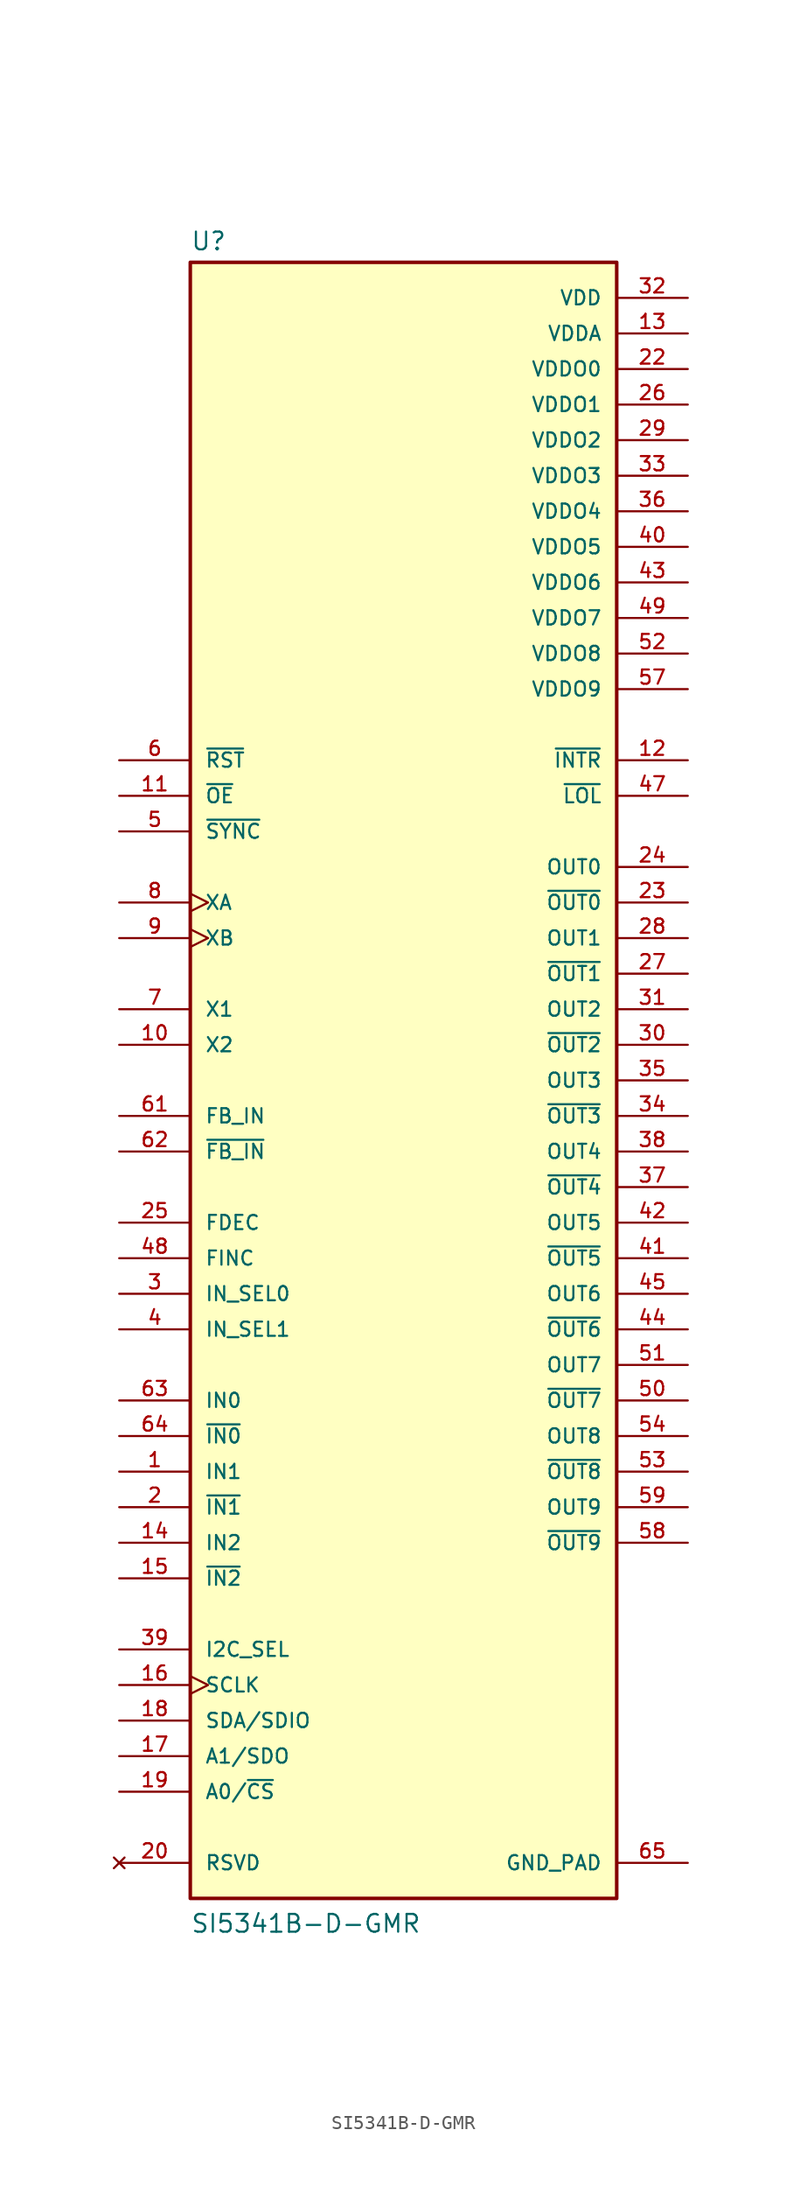
<source format=kicad_sym>
(kicad_symbol_lib
  (version 20211014)
  (generator kicad_symbol_editor)
  (symbol "SI5341B-D-GMR"
    (pin_names
      (offset 1.016))
    (property "Reference" "U"
      (at -15.24 59.182 0)
      (effects (font (size 1.27 1.27)) (justify bottom left)))
    (property "Value" "SI5341B-D-GMR"
      (at -15.24 -60.96 0)
      (effects (font (size 1.27 1.27)) (justify bottom left)))
    (symbol "SI5341B-D-GMR_0_0"
      (rectangle (start -15.24 -58.42) (end 15.24 58.42) (stroke (width 0.254)) (fill (type background)))
      (pin input clock (at -20.32 12.7 0) (length 5.08) (name "XA" (effects (font (size 1.016 1.016)))) (number "8" (effects (font (size 1.016 1.016)))))
      (pin input clock (at -20.32 10.16 0) (length 5.08) (name "XB" (effects (font (size 1.016 1.016)))) (number "9" (effects (font (size 1.016 1.016)))))
      (pin input line (at -20.32 2.54 0) (length 5.08) (name "X2" (effects (font (size 1.016 1.016)))) (number "10" (effects (font (size 1.016 1.016)))))
      (pin input line (at -20.32 5.08 0) (length 5.08) (name "X1" (effects (font (size 1.016 1.016)))) (number "7" (effects (font (size 1.016 1.016)))))
      (pin input line (at -20.32 -25.4 0) (length 5.08) (name "~{IN0}" (effects (font (size 1.016 1.016)))) (number "64" (effects (font (size 1.016 1.016)))))
      (pin input line (at -20.32 -22.86 0) (length 5.08) (name "IN0" (effects (font (size 1.016 1.016)))) (number "63" (effects (font (size 1.016 1.016)))))
      (pin input line (at -20.32 -27.94 0) (length 5.08) (name "IN1" (effects (font (size 1.016 1.016)))) (number "1" (effects (font (size 1.016 1.016)))))
      (pin input line (at -20.32 -30.48 0) (length 5.08) (name "~{IN1}" (effects (font (size 1.016 1.016)))) (number "2" (effects (font (size 1.016 1.016)))))
      (pin input line (at -20.32 -33.02 0) (length 5.08) (name "IN2" (effects (font (size 1.016 1.016)))) (number "14" (effects (font (size 1.016 1.016)))))
      (pin input line (at -20.32 -35.56 0) (length 5.08) (name "~{IN2}" (effects (font (size 1.016 1.016)))) (number "15" (effects (font (size 1.016 1.016)))))
      (pin input line (at -20.32 -2.54 0) (length 5.08) (name "FB_IN" (effects (font (size 1.016 1.016)))) (number "61" (effects (font (size 1.016 1.016)))))
      (pin input line (at -20.32 -5.08 0) (length 5.08) (name "~{FB_IN}" (effects (font (size 1.016 1.016)))) (number "62" (effects (font (size 1.016 1.016)))))
      (pin output line (at 20.32 12.7 180.0) (length 5.08) (name "~{OUT0}" (effects (font (size 1.016 1.016)))) (number "23" (effects (font (size 1.016 1.016)))))
      (pin output line (at 20.32 15.24 180.0) (length 5.08) (name "OUT0" (effects (font (size 1.016 1.016)))) (number "24" (effects (font (size 1.016 1.016)))))
      (pin output line (at 20.32 7.62 180.0) (length 5.08) (name "~{OUT1}" (effects (font (size 1.016 1.016)))) (number "27" (effects (font (size 1.016 1.016)))))
      (pin output line (at 20.32 10.16 180.0) (length 5.08) (name "OUT1" (effects (font (size 1.016 1.016)))) (number "28" (effects (font (size 1.016 1.016)))))
      (pin output line (at 20.32 5.08 180.0) (length 5.08) (name "OUT2" (effects (font (size 1.016 1.016)))) (number "31" (effects (font (size 1.016 1.016)))))
      (pin output line (at 20.32 2.54 180.0) (length 5.08) (name "~{OUT2}" (effects (font (size 1.016 1.016)))) (number "30" (effects (font (size 1.016 1.016)))))
      (pin output line (at 20.32 0.0 180.0) (length 5.08) (name "OUT3" (effects (font (size 1.016 1.016)))) (number "35" (effects (font (size 1.016 1.016)))))
      (pin output line (at 20.32 -2.54 180.0) (length 5.08) (name "~{OUT3}" (effects (font (size 1.016 1.016)))) (number "34" (effects (font (size 1.016 1.016)))))
      (pin output line (at 20.32 -5.08 180.0) (length 5.08) (name "OUT4" (effects (font (size 1.016 1.016)))) (number "38" (effects (font (size 1.016 1.016)))))
      (pin output line (at 20.32 -7.62 180.0) (length 5.08) (name "~{OUT4}" (effects (font (size 1.016 1.016)))) (number "37" (effects (font (size 1.016 1.016)))))
      (pin output line (at 20.32 -12.7 180.0) (length 5.08) (name "~{OUT5}" (effects (font (size 1.016 1.016)))) (number "41" (effects (font (size 1.016 1.016)))))
      (pin output line (at 20.32 -10.16 180.0) (length 5.08) (name "OUT5" (effects (font (size 1.016 1.016)))) (number "42" (effects (font (size 1.016 1.016)))))
      (pin output line (at 20.32 -17.78 180.0) (length 5.08) (name "~{OUT6}" (effects (font (size 1.016 1.016)))) (number "44" (effects (font (size 1.016 1.016)))))
      (pin output line (at 20.32 -15.24 180.0) (length 5.08) (name "OUT6" (effects (font (size 1.016 1.016)))) (number "45" (effects (font (size 1.016 1.016)))))
      (pin output line (at 20.32 -20.32 180.0) (length 5.08) (name "OUT7" (effects (font (size 1.016 1.016)))) (number "51" (effects (font (size 1.016 1.016)))))
      (pin output line (at 20.32 -22.86 180.0) (length 5.08) (name "~{OUT7}" (effects (font (size 1.016 1.016)))) (number "50" (effects (font (size 1.016 1.016)))))
      (pin output line (at 20.32 -25.4 180.0) (length 5.08) (name "OUT8" (effects (font (size 1.016 1.016)))) (number "54" (effects (font (size 1.016 1.016)))))
      (pin output line (at 20.32 -27.94 180.0) (length 5.08) (name "~{OUT8}" (effects (font (size 1.016 1.016)))) (number "53" (effects (font (size 1.016 1.016)))))
      (pin output line (at 20.32 -30.48 180.0) (length 5.08) (name "OUT9" (effects (font (size 1.016 1.016)))) (number "59" (effects (font (size 1.016 1.016)))))
      (pin output line (at 20.32 -33.02 180.0) (length 5.08) (name "~{OUT9}" (effects (font (size 1.016 1.016)))) (number "58" (effects (font (size 1.016 1.016)))))
      (pin bidirectional line (at -20.32 -45.72 0) (length 5.08) (name "SDA/SDIO" (effects (font (size 1.016 1.016)))) (number "18" (effects (font (size 1.016 1.016)))))
      (pin input line (at -20.32 -40.64 0) (length 5.08) (name "I2C_SEL" (effects (font (size 1.016 1.016)))) (number "39" (effects (font (size 1.016 1.016)))))
      (pin input clock (at -20.32 -43.18 0) (length 5.08) (name "SCLK" (effects (font (size 1.016 1.016)))) (number "16" (effects (font (size 1.016 1.016)))))
      (pin bidirectional line (at -20.32 -48.26 0) (length 5.08) (name "A1/SDO" (effects (font (size 1.016 1.016)))) (number "17" (effects (font (size 1.016 1.016)))))
      (pin input line (at -20.32 -50.8 0) (length 5.08) (name "A0/~{CS}" (effects (font (size 1.016 1.016)))) (number "19" (effects (font (size 1.016 1.016)))))
      (pin output line (at 20.32 22.86 180.0) (length 5.08) (name "~{INTR}" (effects (font (size 1.016 1.016)))) (number "12" (effects (font (size 1.016 1.016)))))
      (pin input line (at -20.32 22.86 0) (length 5.08) (name "~{RST}" (effects (font (size 1.016 1.016)))) (number "6" (effects (font (size 1.016 1.016)))))
      (pin input line (at -20.32 20.32 0) (length 5.08) (name "~{OE}" (effects (font (size 1.016 1.016)))) (number "11" (effects (font (size 1.016 1.016)))))
      (pin output line (at 20.32 20.32 180.0) (length 5.08) (name "~{LOL}" (effects (font (size 1.016 1.016)))) (number "47" (effects (font (size 1.016 1.016)))))
      (pin input line (at -20.32 -10.16 0) (length 5.08) (name "FDEC" (effects (font (size 1.016 1.016)))) (number "25" (effects (font (size 1.016 1.016)))))
      (pin input line (at -20.32 17.78 0) (length 5.08) (name "~{SYNC}" (effects (font (size 1.016 1.016)))) (number "5" (effects (font (size 1.016 1.016)))))
      (pin input line (at -20.32 -15.24 0) (length 5.08) (name "IN_SEL0" (effects (font (size 1.016 1.016)))) (number "3" (effects (font (size 1.016 1.016)))))
      (pin input line (at -20.32 -12.7 0) (length 5.08) (name "FINC" (effects (font (size 1.016 1.016)))) (number "48" (effects (font (size 1.016 1.016)))))
      (pin input line (at -20.32 -17.78 0) (length 5.08) (name "IN_SEL1" (effects (font (size 1.016 1.016)))) (number "4" (effects (font (size 1.016 1.016)))))
      (pin power_in line (at 20.32 55.88 180.0) (length 5.08) (name "VDD" (effects (font (size 1.016 1.016)))) (number "32" (effects (font (size 1.016 1.016)))))
      (pin power_in line (at 20.32 55.88 180.0) (length 5.08) hide (name "VDD" (effects (font (size 1.016 1.016)))) (number "46" (effects (font (size 1.016 1.016)))))
      (pin power_in line (at 20.32 55.88 180.0) (length 5.08) hide (name "VDD" (effects (font (size 1.016 1.016)))) (number "60" (effects (font (size 1.016 1.016)))))
      (pin power_in line (at 20.32 53.34 180.0) (length 5.08) (name "VDDA" (effects (font (size 1.016 1.016)))) (number "13" (effects (font (size 1.016 1.016)))))
      (pin power_in line (at 20.32 50.8 180.0) (length 5.08) (name "VDDO0" (effects (font (size 1.016 1.016)))) (number "22" (effects (font (size 1.016 1.016)))))
      (pin power_in line (at 20.32 48.26 180.0) (length 5.08) (name "VDDO1" (effects (font (size 1.016 1.016)))) (number "26" (effects (font (size 1.016 1.016)))))
      (pin power_in line (at 20.32 -55.88 180.0) (length 5.08) (name "GND_PAD" (effects (font (size 1.016 1.016)))) (number "65" (effects (font (size 1.016 1.016)))))
      (pin power_in line (at 20.32 45.72 180.0) (length 5.08) (name "VDDO2" (effects (font (size 1.016 1.016)))) (number "29" (effects (font (size 1.016 1.016)))))
      (pin power_in line (at 20.32 43.18 180.0) (length 5.08) (name "VDDO3" (effects (font (size 1.016 1.016)))) (number "33" (effects (font (size 1.016 1.016)))))
      (pin power_in line (at 20.32 40.64 180.0) (length 5.08) (name "VDDO4" (effects (font (size 1.016 1.016)))) (number "36" (effects (font (size 1.016 1.016)))))
      (pin power_in line (at 20.32 38.1 180.0) (length 5.08) (name "VDDO5" (effects (font (size 1.016 1.016)))) (number "40" (effects (font (size 1.016 1.016)))))
      (pin power_in line (at 20.32 35.56 180.0) (length 5.08) (name "VDDO6" (effects (font (size 1.016 1.016)))) (number "43" (effects (font (size 1.016 1.016)))))
      (pin power_in line (at 20.32 33.02 180.0) (length 5.08) (name "VDDO7" (effects (font (size 1.016 1.016)))) (number "49" (effects (font (size 1.016 1.016)))))
      (pin power_in line (at 20.32 30.48 180.0) (length 5.08) (name "VDDO8" (effects (font (size 1.016 1.016)))) (number "52" (effects (font (size 1.016 1.016)))))
      (pin power_in line (at 20.32 27.94 180.0) (length 5.08) (name "VDDO9" (effects (font (size 1.016 1.016)))) (number "57" (effects (font (size 1.016 1.016)))))
      (pin no_connect line (at -20.32 -55.88 0) (length 5.08) (name "RSVD" (effects (font (size 1.016 1.016)))) (number "20" (effects (font (size 1.016 1.016)))))
      (pin no_connect line (at -20.32 -55.88 0) (length 5.08) hide (name "RSVD" (effects (font (size 1.016 1.016)))) (number "21" (effects (font (size 1.016 1.016)))))
      (pin no_connect line (at -20.32 -55.88 0) (length 5.08) hide (name "RSVD" (effects (font (size 1.016 1.016)))) (number "55" (effects (font (size 1.016 1.016)))))
      (pin no_connect line (at -20.32 -55.88 0) (length 5.08) hide (name "RSVD" (effects (font (size 1.016 1.016)))) (number "56" (effects (font (size 1.016 1.016))))))))
</source>
